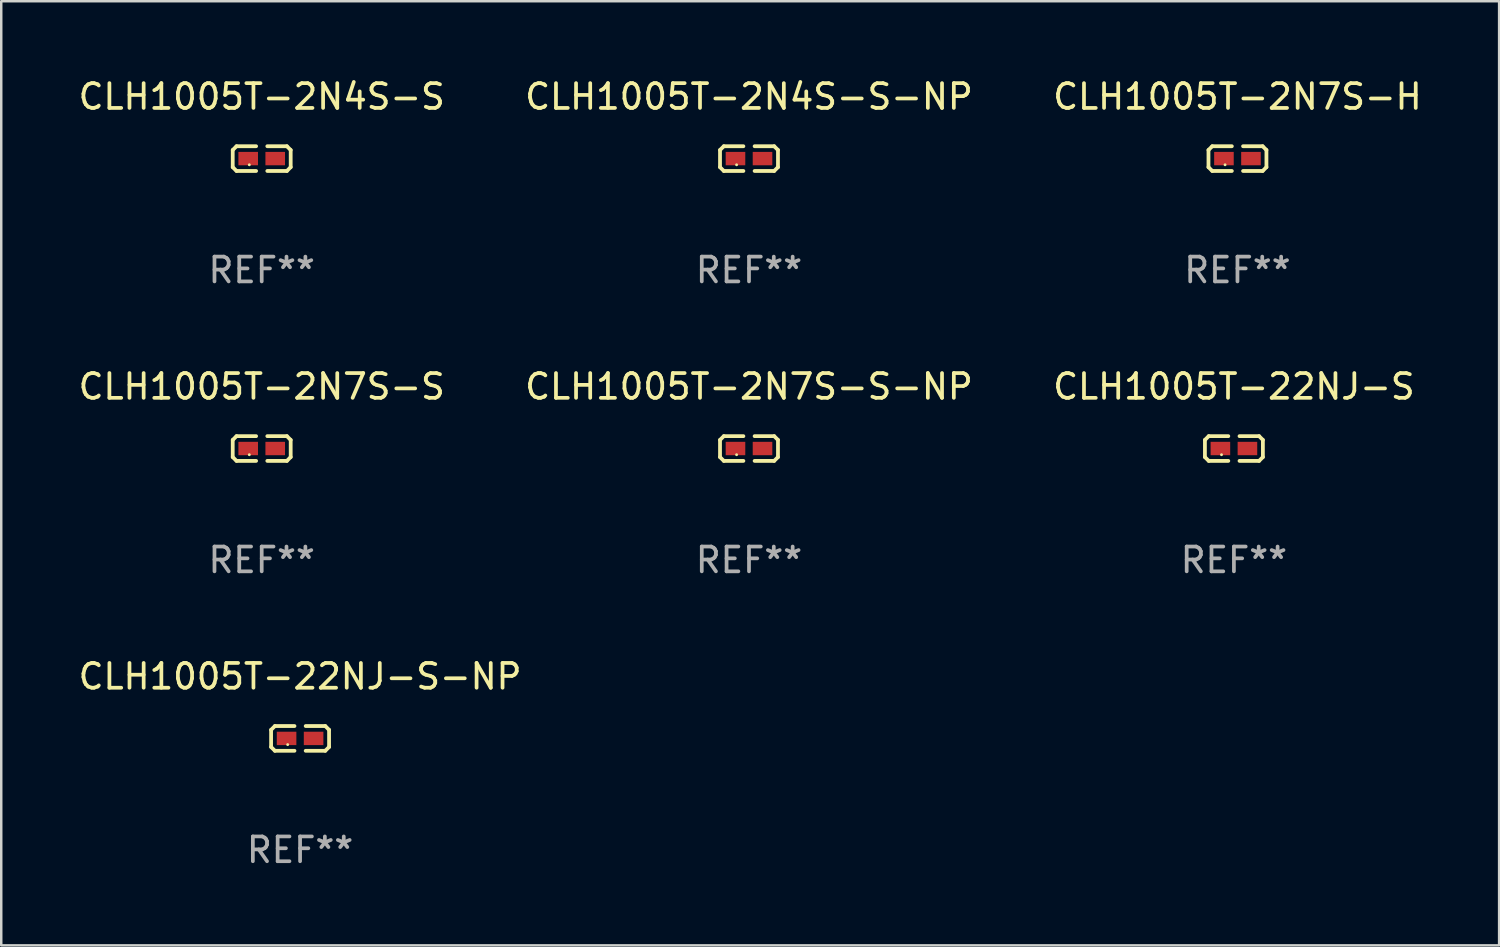
<source format=kicad_pcb>
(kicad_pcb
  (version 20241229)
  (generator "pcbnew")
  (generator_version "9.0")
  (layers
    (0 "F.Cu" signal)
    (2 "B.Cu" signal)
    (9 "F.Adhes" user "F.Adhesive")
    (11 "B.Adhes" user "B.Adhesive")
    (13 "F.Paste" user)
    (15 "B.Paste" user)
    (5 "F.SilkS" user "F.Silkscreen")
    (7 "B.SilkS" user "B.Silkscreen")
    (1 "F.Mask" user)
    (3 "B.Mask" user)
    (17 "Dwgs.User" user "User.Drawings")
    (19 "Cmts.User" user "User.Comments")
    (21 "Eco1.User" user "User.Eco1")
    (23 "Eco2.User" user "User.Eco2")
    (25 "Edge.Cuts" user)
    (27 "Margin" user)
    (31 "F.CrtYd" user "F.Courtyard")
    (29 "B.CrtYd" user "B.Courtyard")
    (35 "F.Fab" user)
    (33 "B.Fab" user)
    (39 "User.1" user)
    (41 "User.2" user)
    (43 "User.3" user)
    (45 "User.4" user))
  (footprint "CLH1005T-2N4S-S-NP"
    (layer "F.Cu")
    (at 27.161 3.347)
    (property "Reference" "CLH1005T-2N4S-S-NP" (at 0 -2.499 0) (layer "F.SilkS") (effects (font (size 1 1) (thickness 0.15))))
    (attr through_hole)
    (fp_line (start -1.169 -0.346) (end -1.016 -0.499) (stroke (width 0.152) (type solid)) (layer "F.SilkS"))
    (fp_line (start -1.169 0.346) (end -1.169 -0.346) (stroke (width 0.152) (type solid)) (layer "F.SilkS"))
    (fp_line (start -1.016 -0.499) (end -0.226 -0.499) (stroke (width 0.152) (type solid)) (layer "F.SilkS"))
    (fp_line (start -1.016 0.499) (end -1.169 0.346) (stroke (width 0.152) (type solid)) (layer "F.SilkS"))
    (fp_line (start -0.226 0.499) (end -1.016 0.499) (stroke (width 0.152) (type solid)) (layer "F.SilkS"))
    (fp_line (start 0.226 0.499) (end 1.016 0.499) (stroke (width 0.152) (type solid)) (layer "F.SilkS"))
    (fp_line (start 1.016 -0.499) (end 0.226 -0.499) (stroke (width 0.152) (type solid)) (layer "F.SilkS"))
    (fp_line (start 1.016 0.499) (end 1.169 0.346) (stroke (width 0.152) (type solid)) (layer "F.SilkS"))
    (fp_line (start 1.169 -0.346) (end 1.016 -0.499) (stroke (width 0.152) (type solid)) (layer "F.SilkS"))
    (fp_line (start 1.169 0.346) (end 1.169 -0.346) (stroke (width 0.152) (type solid)) (layer "F.SilkS"))
    (fp_circle (center -0.5 0.25) (end -0.47 0.25) (stroke (width 0.06) (type solid)) (fill no) (layer "F.SilkS"))
    (fp_text user "REF**" (at 0 4.499 0) (layer "F.Fab") (effects (font (size 1 1) (thickness 0.15))))
    (pad "1" smd rect (at -0.545 0) (size 0.79 0.54) (layers "F.Cu" "F.Mask" "F.Paste"))
    (pad "2" smd rect (at 0.545 0) (size 0.79 0.54) (layers "F.Cu" "F.Mask" "F.Paste")))
  (footprint "CLH1005T-22NJ-S"
    (layer "F.Cu")
    (at 46.72 15.041)
    (property "Reference" "CLH1005T-22NJ-S" (at 0 -2.499 0) (layer "F.SilkS") (effects (font (size 1 1) (thickness 0.15))))
    (attr through_hole)
    (fp_line (start -1.169 -0.346) (end -1.016 -0.499) (stroke (width 0.152) (type solid)) (layer "F.SilkS"))
    (fp_line (start -1.169 0.346) (end -1.169 -0.346) (stroke (width 0.152) (type solid)) (layer "F.SilkS"))
    (fp_line (start -1.016 -0.499) (end -0.226 -0.499) (stroke (width 0.152) (type solid)) (layer "F.SilkS"))
    (fp_line (start -1.016 0.499) (end -1.169 0.346) (stroke (width 0.152) (type solid)) (layer "F.SilkS"))
    (fp_line (start -0.226 0.499) (end -1.016 0.499) (stroke (width 0.152) (type solid)) (layer "F.SilkS"))
    (fp_line (start 0.226 0.499) (end 1.016 0.499) (stroke (width 0.152) (type solid)) (layer "F.SilkS"))
    (fp_line (start 1.016 -0.499) (end 0.226 -0.499) (stroke (width 0.152) (type solid)) (layer "F.SilkS"))
    (fp_line (start 1.016 0.499) (end 1.169 0.346) (stroke (width 0.152) (type solid)) (layer "F.SilkS"))
    (fp_line (start 1.169 -0.346) (end 1.016 -0.499) (stroke (width 0.152) (type solid)) (layer "F.SilkS"))
    (fp_line (start 1.169 0.346) (end 1.169 -0.346) (stroke (width 0.152) (type solid)) (layer "F.SilkS"))
    (fp_circle (center -0.5 0.25) (end -0.47 0.25) (stroke (width 0.06) (type solid)) (fill no) (layer "F.SilkS"))
    (fp_text user "REF**" (at 0 4.499 0) (layer "F.Fab") (effects (font (size 1 1) (thickness 0.15))))
    (pad "1" smd rect (at -0.545 0) (size 0.79 0.54) (layers "F.Cu" "F.Mask" "F.Paste"))
    (pad "2" smd rect (at 0.545 0) (size 0.79 0.54) (layers "F.Cu" "F.Mask" "F.Paste")))
  (footprint "CLH1005T-2N7S-S"
    (layer "F.Cu")
    (at 7.506 15.041)
    (property "Reference" "CLH1005T-2N7S-S" (at 0 -2.499 0) (layer "F.SilkS") (effects (font (size 1 1) (thickness 0.15))))
    (attr through_hole)
    (fp_line (start -1.169 -0.346) (end -1.016 -0.499) (stroke (width 0.152) (type solid)) (layer "F.SilkS"))
    (fp_line (start -1.169 0.346) (end -1.169 -0.346) (stroke (width 0.152) (type solid)) (layer "F.SilkS"))
    (fp_line (start -1.016 -0.499) (end -0.226 -0.499) (stroke (width 0.152) (type solid)) (layer "F.SilkS"))
    (fp_line (start -1.016 0.499) (end -1.169 0.346) (stroke (width 0.152) (type solid)) (layer "F.SilkS"))
    (fp_line (start -0.226 0.499) (end -1.016 0.499) (stroke (width 0.152) (type solid)) (layer "F.SilkS"))
    (fp_line (start 0.226 0.499) (end 1.016 0.499) (stroke (width 0.152) (type solid)) (layer "F.SilkS"))
    (fp_line (start 1.016 -0.499) (end 0.226 -0.499) (stroke (width 0.152) (type solid)) (layer "F.SilkS"))
    (fp_line (start 1.016 0.499) (end 1.169 0.346) (stroke (width 0.152) (type solid)) (layer "F.SilkS"))
    (fp_line (start 1.169 -0.346) (end 1.016 -0.499) (stroke (width 0.152) (type solid)) (layer "F.SilkS"))
    (fp_line (start 1.169 0.346) (end 1.169 -0.346) (stroke (width 0.152) (type solid)) (layer "F.SilkS"))
    (fp_circle (center -0.5 0.25) (end -0.47 0.25) (stroke (width 0.06) (type solid)) (fill no) (layer "F.SilkS"))
    (fp_text user "REF**" (at 0 4.499 0) (layer "F.Fab") (effects (font (size 1 1) (thickness 0.15))))
    (pad "1" smd rect (at -0.545 0) (size 0.79 0.54) (layers "F.Cu" "F.Mask" "F.Paste"))
    (pad "2" smd rect (at 0.545 0) (size 0.79 0.54) (layers "F.Cu" "F.Mask" "F.Paste")))
  (footprint "CLH1005T-22NJ-S-NP"
    (layer "F.Cu")
    (at 9.054 26.734)
    (property "Reference" "CLH1005T-22NJ-S-NP" (at 0 -2.499 0) (layer "F.SilkS") (effects (font (size 1 1) (thickness 0.15))))
    (attr through_hole)
    (fp_line (start -1.169 -0.346) (end -1.016 -0.499) (stroke (width 0.152) (type solid)) (layer "F.SilkS"))
    (fp_line (start -1.169 0.346) (end -1.169 -0.346) (stroke (width 0.152) (type solid)) (layer "F.SilkS"))
    (fp_line (start -1.016 -0.499) (end -0.226 -0.499) (stroke (width 0.152) (type solid)) (layer "F.SilkS"))
    (fp_line (start -1.016 0.499) (end -1.169 0.346) (stroke (width 0.152) (type solid)) (layer "F.SilkS"))
    (fp_line (start -0.226 0.499) (end -1.016 0.499) (stroke (width 0.152) (type solid)) (layer "F.SilkS"))
    (fp_line (start 0.226 0.499) (end 1.016 0.499) (stroke (width 0.152) (type solid)) (layer "F.SilkS"))
    (fp_line (start 1.016 -0.499) (end 0.226 -0.499) (stroke (width 0.152) (type solid)) (layer "F.SilkS"))
    (fp_line (start 1.016 0.499) (end 1.169 0.346) (stroke (width 0.152) (type solid)) (layer "F.SilkS"))
    (fp_line (start 1.169 -0.346) (end 1.016 -0.499) (stroke (width 0.152) (type solid)) (layer "F.SilkS"))
    (fp_line (start 1.169 0.346) (end 1.169 -0.346) (stroke (width 0.152) (type solid)) (layer "F.SilkS"))
    (fp_circle (center -0.5 0.25) (end -0.47 0.25) (stroke (width 0.06) (type solid)) (fill no) (layer "F.SilkS"))
    (fp_text user "REF**" (at 0 4.499 0) (layer "F.Fab") (effects (font (size 1 1) (thickness 0.15))))
    (pad "1" smd rect (at -0.545 0) (size 0.79 0.54) (layers "F.Cu" "F.Mask" "F.Paste"))
    (pad "2" smd rect (at 0.545 0) (size 0.79 0.54) (layers "F.Cu" "F.Mask" "F.Paste")))
  (footprint "CLH1005T-2N7S-S-NP"
    (layer "F.Cu")
    (at 27.161 15.041)
    (property "Reference" "CLH1005T-2N7S-S-NP" (at 0 -2.499 0) (layer "F.SilkS") (effects (font (size 1 1) (thickness 0.15))))
    (attr through_hole)
    (fp_line (start -1.169 -0.346) (end -1.016 -0.499) (stroke (width 0.152) (type solid)) (layer "F.SilkS"))
    (fp_line (start -1.169 0.346) (end -1.169 -0.346) (stroke (width 0.152) (type solid)) (layer "F.SilkS"))
    (fp_line (start -1.016 -0.499) (end -0.226 -0.499) (stroke (width 0.152) (type solid)) (layer "F.SilkS"))
    (fp_line (start -1.016 0.499) (end -1.169 0.346) (stroke (width 0.152) (type solid)) (layer "F.SilkS"))
    (fp_line (start -0.226 0.499) (end -1.016 0.499) (stroke (width 0.152) (type solid)) (layer "F.SilkS"))
    (fp_line (start 0.226 0.499) (end 1.016 0.499) (stroke (width 0.152) (type solid)) (layer "F.SilkS"))
    (fp_line (start 1.016 -0.499) (end 0.226 -0.499) (stroke (width 0.152) (type solid)) (layer "F.SilkS"))
    (fp_line (start 1.016 0.499) (end 1.169 0.346) (stroke (width 0.152) (type solid)) (layer "F.SilkS"))
    (fp_line (start 1.169 -0.346) (end 1.016 -0.499) (stroke (width 0.152) (type solid)) (layer "F.SilkS"))
    (fp_line (start 1.169 0.346) (end 1.169 -0.346) (stroke (width 0.152) (type solid)) (layer "F.SilkS"))
    (fp_circle (center -0.5 0.25) (end -0.47 0.25) (stroke (width 0.06) (type solid)) (fill no) (layer "F.SilkS"))
    (fp_text user "REF**" (at 0 4.499 0) (layer "F.Fab") (effects (font (size 1 1) (thickness 0.15))))
    (pad "1" smd rect (at -0.545 0) (size 0.79 0.54) (layers "F.Cu" "F.Mask" "F.Paste"))
    (pad "2" smd rect (at 0.545 0) (size 0.79 0.54) (layers "F.Cu" "F.Mask" "F.Paste")))
  (footprint "CLH1005T-2N4S-S"
    (layer "F.Cu")
    (at 7.506 3.347)
    (property "Reference" "CLH1005T-2N4S-S" (at 0 -2.499 0) (layer "F.SilkS") (effects (font (size 1 1) (thickness 0.15))))
    (attr through_hole)
    (fp_line (start -1.169 -0.346) (end -1.016 -0.499) (stroke (width 0.152) (type solid)) (layer "F.SilkS"))
    (fp_line (start -1.169 0.346) (end -1.169 -0.346) (stroke (width 0.152) (type solid)) (layer "F.SilkS"))
    (fp_line (start -1.016 -0.499) (end -0.226 -0.499) (stroke (width 0.152) (type solid)) (layer "F.SilkS"))
    (fp_line (start -1.016 0.499) (end -1.169 0.346) (stroke (width 0.152) (type solid)) (layer "F.SilkS"))
    (fp_line (start -0.226 0.499) (end -1.016 0.499) (stroke (width 0.152) (type solid)) (layer "F.SilkS"))
    (fp_line (start 0.226 0.499) (end 1.016 0.499) (stroke (width 0.152) (type solid)) (layer "F.SilkS"))
    (fp_line (start 1.016 -0.499) (end 0.226 -0.499) (stroke (width 0.152) (type solid)) (layer "F.SilkS"))
    (fp_line (start 1.016 0.499) (end 1.169 0.346) (stroke (width 0.152) (type solid)) (layer "F.SilkS"))
    (fp_line (start 1.169 -0.346) (end 1.016 -0.499) (stroke (width 0.152) (type solid)) (layer "F.SilkS"))
    (fp_line (start 1.169 0.346) (end 1.169 -0.346) (stroke (width 0.152) (type solid)) (layer "F.SilkS"))
    (fp_circle (center -0.5 0.25) (end -0.47 0.25) (stroke (width 0.06) (type solid)) (fill no) (layer "F.SilkS"))
    (fp_text user "REF**" (at 0 4.499 0) (layer "F.Fab") (effects (font (size 1 1) (thickness 0.15))))
    (pad "1" smd rect (at -0.545 0) (size 0.79 0.54) (layers "F.Cu" "F.Mask" "F.Paste"))
    (pad "2" smd rect (at 0.545 0) (size 0.79 0.54) (layers "F.Cu" "F.Mask" "F.Paste")))
  (footprint "CLH1005T-2N7S-H"
    (layer "F.Cu")
    (at 46.863 3.347)
    (property "Reference" "CLH1005T-2N7S-H" (at 0 -2.499 0) (layer "F.SilkS") (effects (font (size 1 1) (thickness 0.15))))
    (attr through_hole)
    (fp_line (start -1.169 -0.346) (end -1.016 -0.499) (stroke (width 0.152) (type solid)) (layer "F.SilkS"))
    (fp_line (start -1.169 0.346) (end -1.169 -0.346) (stroke (width 0.152) (type solid)) (layer "F.SilkS"))
    (fp_line (start -1.016 -0.499) (end -0.226 -0.499) (stroke (width 0.152) (type solid)) (layer "F.SilkS"))
    (fp_line (start -1.016 0.499) (end -1.169 0.346) (stroke (width 0.152) (type solid)) (layer "F.SilkS"))
    (fp_line (start -0.226 0.499) (end -1.016 0.499) (stroke (width 0.152) (type solid)) (layer "F.SilkS"))
    (fp_line (start 0.226 0.499) (end 1.016 0.499) (stroke (width 0.152) (type solid)) (layer "F.SilkS"))
    (fp_line (start 1.016 -0.499) (end 0.226 -0.499) (stroke (width 0.152) (type solid)) (layer "F.SilkS"))
    (fp_line (start 1.016 0.499) (end 1.169 0.346) (stroke (width 0.152) (type solid)) (layer "F.SilkS"))
    (fp_line (start 1.169 -0.346) (end 1.016 -0.499) (stroke (width 0.152) (type solid)) (layer "F.SilkS"))
    (fp_line (start 1.169 0.346) (end 1.169 -0.346) (stroke (width 0.152) (type solid)) (layer "F.SilkS"))
    (fp_circle (center -0.5 0.25) (end -0.47 0.25) (stroke (width 0.06) (type solid)) (fill no) (layer "F.SilkS"))
    (fp_text user "REF**" (at 0 4.499 0) (layer "F.Fab") (effects (font (size 1 1) (thickness 0.15))))
    (pad "1" smd rect (at -0.545 0) (size 0.79 0.54) (layers "F.Cu" "F.Mask" "F.Paste"))
    (pad "2" smd rect (at 0.545 0) (size 0.79 0.54) (layers "F.Cu" "F.Mask" "F.Paste")))
  (gr_rect
    (start -3 -3)
    (end 57.417 35.081)
    (stroke (width 0.1) (type default))
    (fill no)
    (layer "Edge.Cuts")))
</source>
